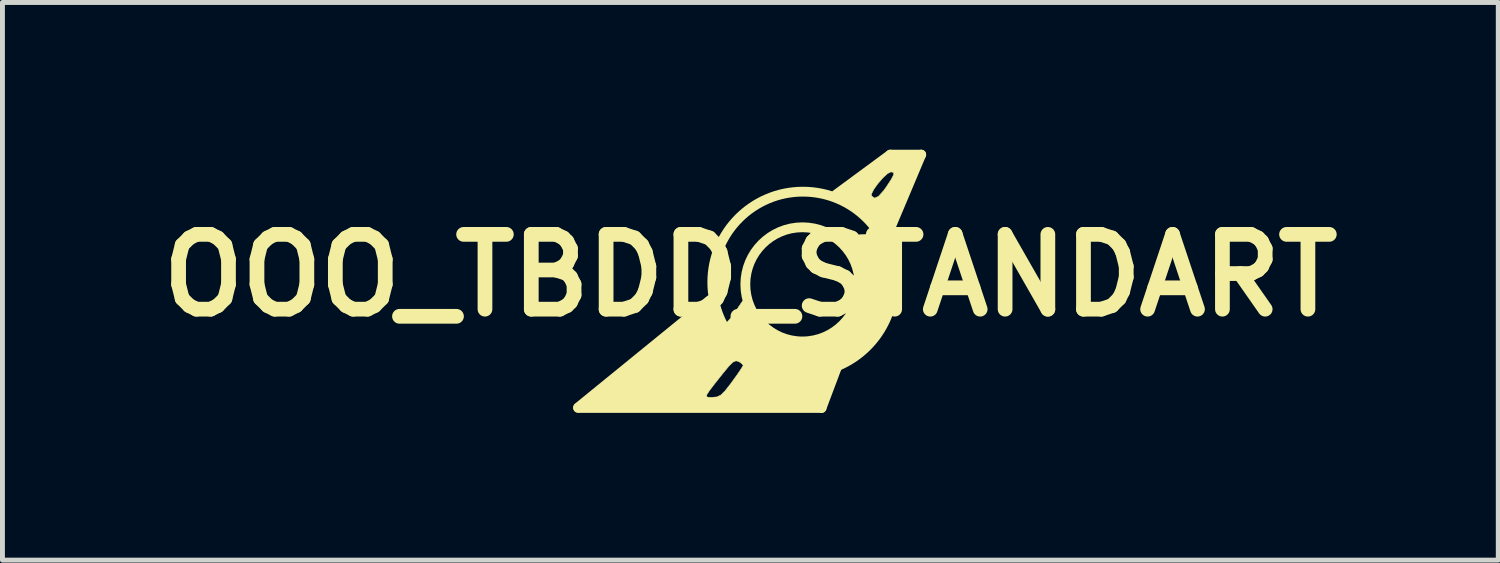
<source format=kicad_pcb>
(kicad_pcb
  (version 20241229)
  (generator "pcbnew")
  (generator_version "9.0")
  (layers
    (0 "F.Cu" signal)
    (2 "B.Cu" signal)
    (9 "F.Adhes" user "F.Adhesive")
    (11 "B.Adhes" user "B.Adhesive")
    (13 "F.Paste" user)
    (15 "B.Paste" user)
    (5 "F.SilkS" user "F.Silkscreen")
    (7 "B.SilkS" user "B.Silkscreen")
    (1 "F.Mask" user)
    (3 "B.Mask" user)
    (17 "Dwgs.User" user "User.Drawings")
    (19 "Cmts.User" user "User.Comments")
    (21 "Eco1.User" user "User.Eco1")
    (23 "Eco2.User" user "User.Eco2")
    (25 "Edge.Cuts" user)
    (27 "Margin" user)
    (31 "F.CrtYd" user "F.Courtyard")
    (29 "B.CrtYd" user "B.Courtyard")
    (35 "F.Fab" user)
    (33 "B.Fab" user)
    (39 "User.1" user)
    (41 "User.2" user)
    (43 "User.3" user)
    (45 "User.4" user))
  (footprint "OOO_TBDD_STANDART"
    (layer "F.Cu")
    (at 12.236 2.65)
    (property "Reference" "OOO_TBDD_STANDART" (at 0 -0.091 0) (layer "F.SilkS") (effects (font (size 1.524 1.524) (thickness 0.3))))
    (attr through_hole)
    (fp_line (start -3.51 2.6) (end -0.82 0.41) (stroke (width 0.2) (type solid)) (layer "F.SilkS"))
    (fp_line (start -3.51 2.61) (end 1.45 2.61) (stroke (width 0.2) (type solid)) (layer "F.SilkS"))
    (fp_line (start 1.45 2.61) (end 1.77 1.76) (stroke (width 0.2) (type solid)) (layer "F.SilkS"))
    (fp_line (start 1.75 -1.74) (end 2.85 -2.55) (stroke (width 0.2) (type solid)) (layer "F.SilkS"))
    (fp_line (start 2.85 -2.55) (end 3.48 -2.55) (stroke (width 0.2) (type solid)) (layer "F.SilkS"))
    (fp_line (start 3.48 -2.55) (end 2.68 -0.65) (stroke (width 0.2) (type solid)) (layer "F.SilkS"))
    (fp_circle (center 1.06 0.093) (end 2.2 0.323) (stroke (width 0.2) (type solid)) (fill no) (layer "F.SilkS"))
    (fp_circle (center 1.07 0.05) (end 2.67 0.97) (stroke (width 0.2) (type solid)) (fill no) (layer "F.SilkS"))
    (fp_poly (pts (xy -0.7 -0.472) (xy -0.694 -0.414) (xy -0.7 -0.407) (xy -0.729 -0.414) (xy -0.733 -0.44) (xy -0.715 -0.48) (xy -0.7 -0.472)) (stroke (width 0.01) (type solid)) (fill yes) (layer "F.SilkS"))
    (fp_poly (pts (xy 0.866 -1.788) (xy 0.851 -1.766) (xy 0.802 -1.762) (xy 0.75 -1.774) (xy 0.772 -1.792) (xy 0.849 -1.798) (xy 0.866 -1.788)) (stroke (width 0.01) (type solid)) (fill yes) (layer "F.SilkS"))
    (fp_poly (pts (xy 1.136 -1.84) (xy 1.142 -1.822) (xy 1.075 -1.815) (xy 1.005 -1.823) (xy 1.014 -1.84) (xy 1.114 -1.846) (xy 1.136 -1.84)) (stroke (width 0.01) (type solid)) (fill yes) (layer "F.SilkS"))
    (fp_poly (pts (xy 1.403 -1.788) (xy 1.389 -1.766) (xy 1.339 -1.762) (xy 1.287 -1.774) (xy 1.31 -1.792) (xy 1.386 -1.798) (xy 1.403 -1.788)) (stroke (width 0.01) (type solid)) (fill yes) (layer "F.SilkS"))
    (fp_poly (pts (xy -0.75 -0.191) (xy -0.748 -0.182) (xy -0.741 -0.076) (xy -0.749 -0.036) (xy -0.766 -0.034) (xy -0.772 -0.111) (xy -0.772 -0.122) (xy -0.765 -0.198) (xy -0.75 -0.191)) (stroke (width 0.01) (type solid)) (fill yes) (layer "F.SilkS"))
    (fp_poly (pts (xy 0.341 -1.651) (xy 0.297 -1.618) (xy 0.195 -1.567) (xy 0.114 -1.53) (xy 0.115 -1.541) (xy 0.168 -1.585) (xy 0.259 -1.644) (xy 0.311 -1.661) (xy 0.341 -1.651)) (stroke (width 0.01) (type solid)) (fill yes) (layer "F.SilkS"))
    (fp_poly (pts (xy 0.615 -1.74) (xy 0.562 -1.71) (xy 0.458 -1.673) (xy 0.405 -1.668) (xy 0.42 -1.696) (xy 0.44 -1.71) (xy 0.544 -1.75) (xy 0.586 -1.754) (xy 0.615 -1.74)) (stroke (width 0.01) (type solid)) (fill yes) (layer "F.SilkS"))
    (fp_poly (pts (xy -0.043 -1.428) (xy -0.132 -1.334) (xy -0.173 -1.293) (xy -0.326 -1.122) (xy -0.468 -0.926) (xy -0.552 -0.784) (xy -0.62 -0.656) (xy -0.668 -0.583) (xy -0.684 -0.579) (xy -0.651 -0.705) (xy -0.563 -0.872) (xy -0.437 -1.057) (xy -0.291 -1.234) (xy -0.141 -1.38) (xy -0.082 -1.426) (xy -0.026 -1.459) (xy -0.043 -1.428)) (stroke (width 0.01) (type solid)) (fill yes) (layer "F.SilkS"))
    (fp_poly (pts (xy 3.47 -2.503) (xy 3.439 -2.415) (xy 3.38 -2.254) (xy 3.298 -2.036) (xy 3.2 -1.781) (xy 3.109 -1.546) (xy 2.789 -0.723) (xy 2.866 -0.423) (xy 2.928 0.003) (xy 2.899 0.414) (xy 2.781 0.801) (xy 2.581 1.151) (xy 2.301 1.453) (xy 2.09 1.612) (xy 1.933 1.724) (xy 1.836 1.828) (xy 1.769 1.961) (xy 1.74 2.041) (xy 1.677 2.224) (xy 1.612 2.398) (xy 1.584 2.469) (xy 1.513 2.638) (xy -1.002 2.638) (xy -1.487 2.637) (xy -1.942 2.635) (xy -2.356 2.632) (xy -2.722 2.628) (xy -3.029 2.622) (xy -3.27 2.617) (xy -3.433 2.61) (xy -3.511 2.603) (xy -3.517 2.601) (xy -3.481 2.548) (xy -3.431 2.51) (xy -3.357 2.456) (xy -3.254 2.375) (xy -0.895 2.375) (xy -0.867 2.392) (xy -0.807 2.394) (xy -0.769 2.393) (xy -0.679 2.385) (xy -0.602 2.347) (xy -0.517 2.264) (xy -0.404 2.12) (xy -0.376 2.081) (xy -0.268 1.932) (xy -0.188 1.813) (xy -0.148 1.747) (xy -0.147 1.741) (xy -0.184 1.699) (xy -0.238 1.664) (xy -0.293 1.65) (xy -0.355 1.677) (xy -0.438 1.758) (xy -0.561 1.907) (xy -0.568 1.916) (xy -0.726 2.115) (xy -0.829 2.25) (xy -0.884 2.332) (xy -0.895 2.375) (xy -3.254 2.375) (xy -3.23 2.356) (xy -3.072 2.229) (xy -2.999 2.168) (xy -2.81 2.012) (xy -2.579 1.824) (xy -2.341 1.63) (xy -2.198 1.514) (xy -1.786 1.179) (xy -1.45 0.899) (xy -1.184 0.671) (xy -0.987 0.491) (xy -0.854 0.358) (xy -0.782 0.267) (xy -0.767 0.231) (xy -0.752 0.177) (xy -0.743 0.214) (xy -0.739 0.272) (xy -0.72 0.406) (xy -0.679 0.568) (xy -0.627 0.727) (xy -0.574 0.851) (xy -0.534 0.906) (xy -0.49 0.88) (xy -0.409 0.79) (xy -0.308 0.652) (xy -0.282 0.613) (xy -0.18 0.463) (xy -0.097 0.351) (xy -0.048 0.296) (xy -0.043 0.294) (xy -0.014 0.336) (xy 0.017 0.438) (xy 0.019 0.45) (xy 0.091 0.611) (xy 0.229 0.785) (xy 0.412 0.951) (xy 0.614 1.085) (xy 0.811 1.168) (xy 0.824 1.171) (xy 1.147 1.203) (xy 1.449 1.148) (xy 1.718 1.015) (xy 1.94 0.815) (xy 2.103 0.558) (xy 2.196 0.253) (xy 2.213 0.049) (xy 2.176 -0.247) (xy 2.058 -0.51) (xy 1.897 -0.713) (xy 1.753 -0.865) (xy 2.012 -0.896) (xy 2.196 -0.915) (xy 2.367 -0.926) (xy 2.43 -0.928) (xy 2.538 -0.94) (xy 2.588 -0.968) (xy 2.589 -0.972) (xy 2.551 -1.041) (xy 2.451 -1.147) (xy 2.309 -1.275) (xy 2.144 -1.407) (xy 1.976 -1.528) (xy 1.825 -1.621) (xy 1.748 -1.658) (xy 1.633 -1.708) (xy 1.627 -1.712) (xy 2.465 -1.712) (xy 2.527 -1.665) (xy 2.609 -1.699) (xy 2.717 -1.82) (xy 2.772 -1.897) (xy 2.873 -2.051) (xy 2.919 -2.142) (xy 2.917 -2.185) (xy 2.871 -2.198) (xy 2.861 -2.198) (xy 2.792 -2.163) (xy 2.697 -2.075) (xy 2.597 -1.959) (xy 2.513 -1.842) (xy 2.466 -1.748) (xy 2.465 -1.712) (xy 1.627 -1.712) (xy 1.587 -1.736) (xy 1.616 -1.737) (xy 1.679 -1.737) (xy 1.757 -1.765) (xy 1.864 -1.831) (xy 2.014 -1.942) (xy 2.219 -2.106) (xy 2.3 -2.173) (xy 2.857 -2.635) (xy 3.184 -2.636) (xy 3.51 -2.638) (xy 3.47 -2.503)) (stroke (width 0.01) (type solid)) (fill yes) (layer "F.SilkS")))
  (gr_rect
    (start -3 -3)
    (end 27.471 8.36)
    (stroke (width 0.1) (type default))
    (fill no)
    (layer "Edge.Cuts")))
</source>
